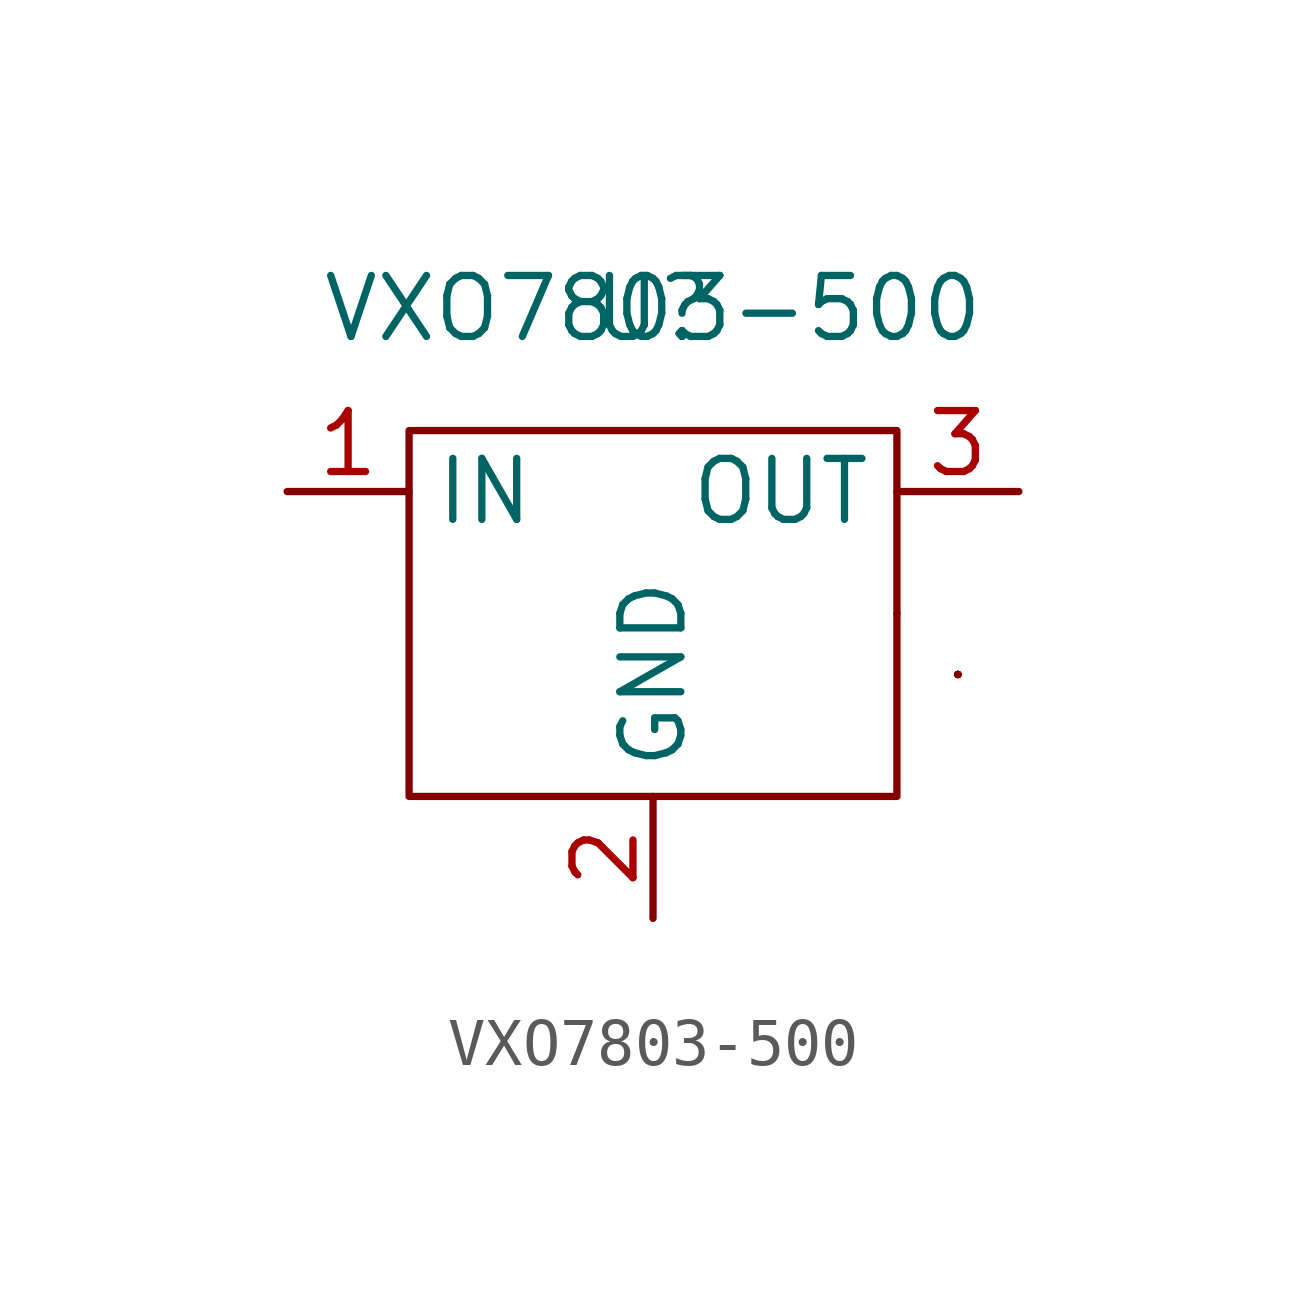
<source format=kicad_sym>
(kicad_symbol_lib
  (version 20211014)
  (generator kicad_symbol_editor)
  (symbol "VXO7803-500"
    (property "Reference" "U"
      (at 0 0 0)
      (effects (font (size 1.27 1.27))))
    (property "Value" "VXO7803-500"
      (at 0 0 0)
      (effects (font (size 1.27 1.27))))
    (symbol "VXO7803-500_0_1"
      (rectangle (start -5.08 -2.54) (end 5.08 -10.16) (stroke (width 0.152) (type default) (color 0 0 0 0)) (fill (type none)))
      (rectangle (start 5.08 -6.35) (end 5.08 -6.35) (stroke (width 0.152) (type default) (color 0 0 0 0)) (fill (type none)))
      (rectangle (start 6.35 -7.62) (end 6.35 -7.62) (stroke (width 0.152) (type default) (color 0 0 0 0)) (fill (type none)))
      (rectangle (start 6.35 -7.62) (end 6.35 -7.62) (stroke (width 0.152) (type default) (color 0 0 0 0)) (fill (type none)))
      (rectangle (start 6.35 -7.62) (end 6.35 -7.62) (stroke (width 0.152) (type default) (color 0 0 0 0)) (fill (type none)))
      (rectangle (start 6.35 -7.62) (end 6.35 -7.62) (stroke (width 0.152) (type default) (color 0 0 0 0)) (fill (type none)))
      (rectangle (start 6.35 -7.62) (end 6.35 -7.62) (stroke (width 0.152) (type default) (color 0 0 0 0)) (fill (type none)))
      (rectangle (start 6.35 -7.62) (end 6.35 -7.62) (stroke (width 0.152) (type default) (color 0 0 0 0)) (fill (type none)))
      (rectangle (start 6.35 -7.62) (end 6.35 -7.62) (stroke (width 0.152) (type default) (color 0 0 0 0)) (fill (type none)))
      (rectangle (start 6.35 -7.62) (end 6.35 -7.62) (stroke (width 0.152) (type default) (color 0 0 0 0)) (fill (type none)))
      (rectangle (start 6.35 -7.62) (end 6.35 -7.62) (stroke (width 0.152) (type default) (color 0 0 0 0)) (fill (type none))))
    (symbol "VXO7803-500_1_1"
      (pin power_in line (at -7.62 -3.81 0) (length 2.54) (name "IN" (effects (font (size 1.27 1.27)))) (number "1" (effects (font (size 1.27 1.27)))))
      (pin power_in line (at 0 -12.7 90) (length 2.54) (name "GND" (effects (font (size 1.27 1.27)))) (number "2" (effects (font (size 1.27 1.27)))))
      (pin power_out line (at 7.62 -3.81 180) (length 2.54) (name "OUT" (effects (font (size 1.27 1.27)))) (number "3" (effects (font (size 1.27 1.27))))))))
</source>
